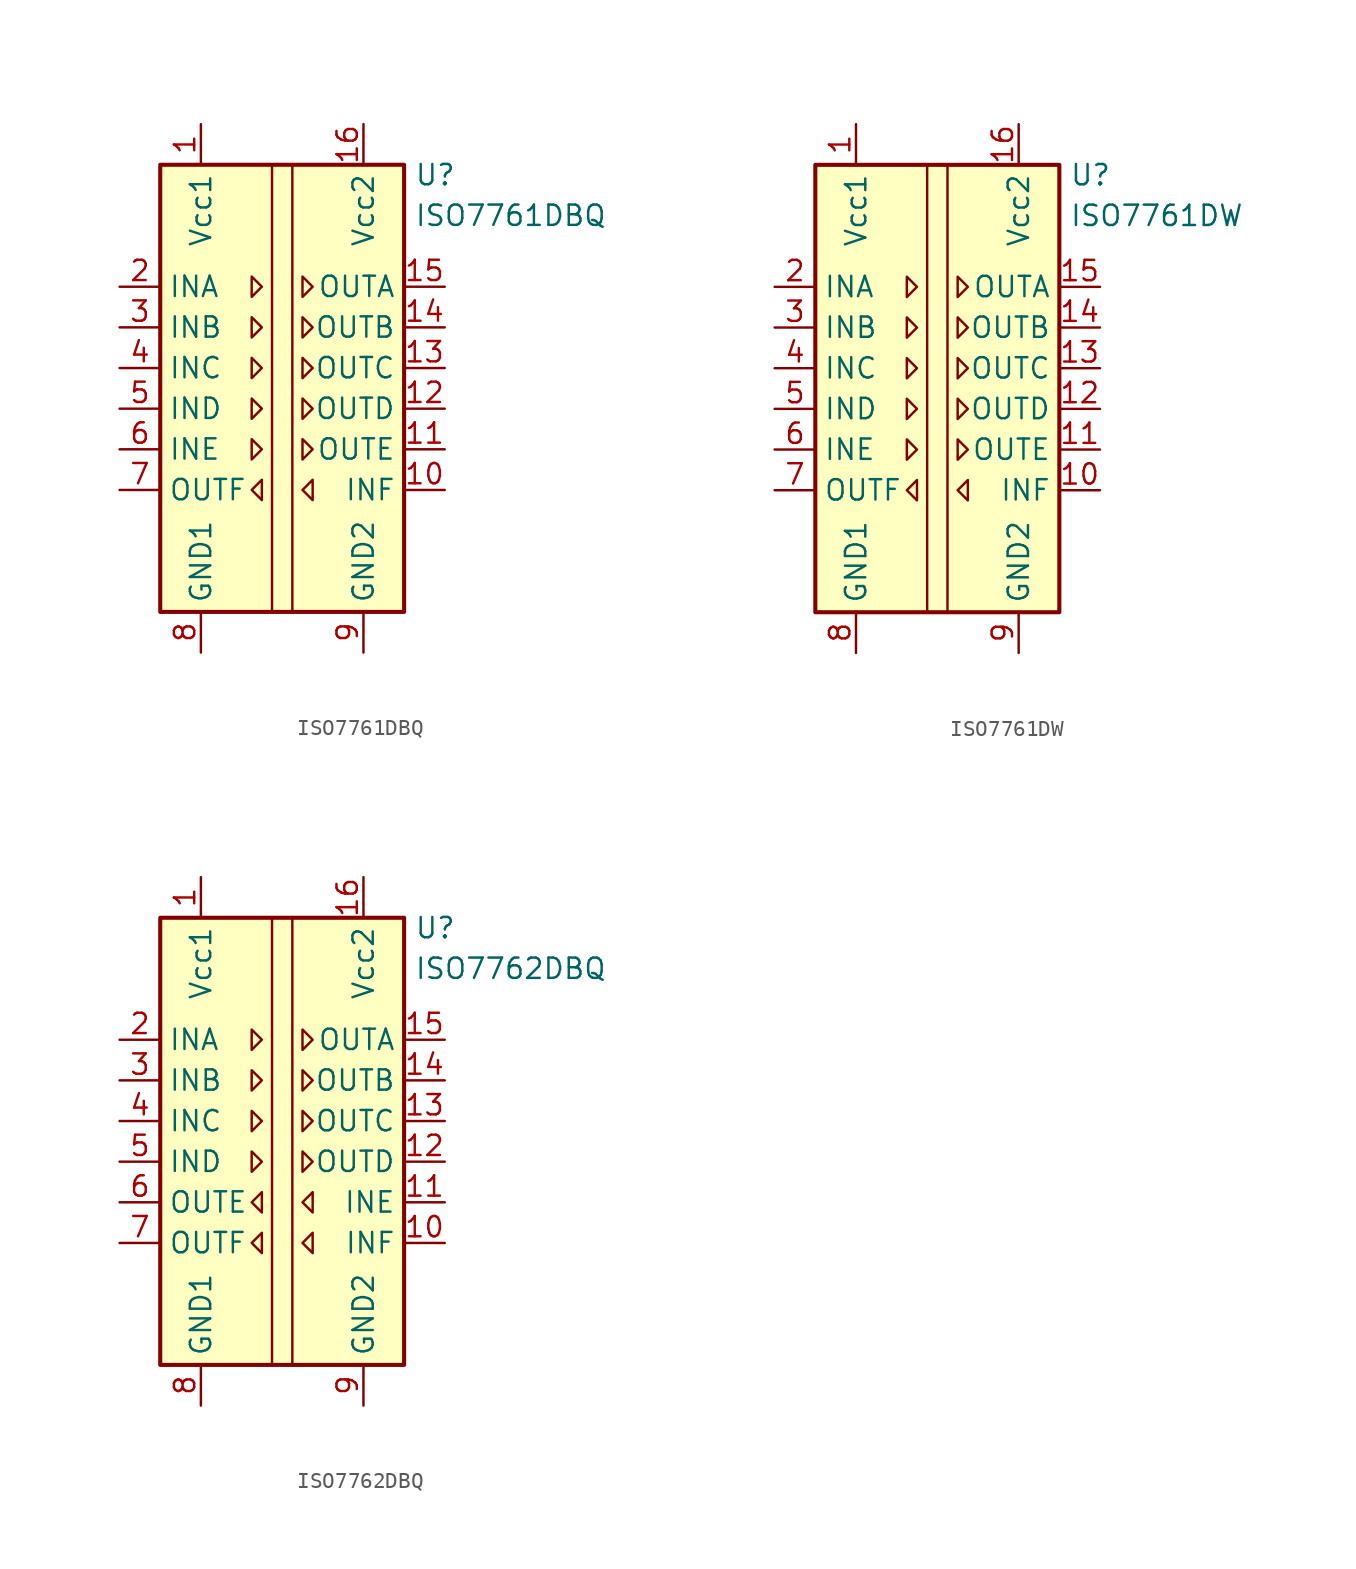
<source format=kicad_sym>
(kicad_symbol_lib
  (version 20201005)
  (generator kicad_symbol_editor)
  (symbol "Isolator_Digital:ISO7761DBQ"
    (property "Reference" "U"
      (at 8.255 14.605 0)
      (effects (font (size 1.27 1.27)) (justify left)))
    (property "Value" "ISO7761DBQ"
      (at 8.255 12.065 0)
      (effects (font (size 1.27 1.27)) (justify left)))
    (symbol "ISO7761DBQ_0_1"
      (rectangle (start -7.62 15.24) (end 7.62 -12.7) (stroke (width 0.254)) (fill (type background)))
      (polyline (pts (xy -0.635 15.24) (xy -0.635 -12.7)) (stroke (width 0)) (fill (type none)))
      (polyline (pts (xy 0.635 15.24) (xy 0.635 -12.7)) (stroke (width 0)) (fill (type none)))
      (polyline (pts (xy -1.905 8.255) (xy -1.27 7.62) (xy -1.905 6.985) (xy -1.905 8.255)) (stroke (width 0)) (fill (type none)))
      (polyline (pts (xy 1.27 8.255) (xy 1.905 7.62) (xy 1.27 6.985) (xy 1.27 8.255)) (stroke (width 0)) (fill (type none))))
    (symbol "ISO7761DBQ_1_1"
      (polyline (pts (xy -1.905 -1.905) (xy -1.27 -2.54) (xy -1.905 -3.175) (xy -1.905 -1.905)) (stroke (width 0)) (fill (type none)))
      (polyline (pts (xy -1.905 0.635) (xy -1.27 0) (xy -1.905 -0.635) (xy -1.905 0.635)) (stroke (width 0)) (fill (type none)))
      (polyline (pts (xy -1.905 3.175) (xy -1.27 2.54) (xy -1.905 1.905) (xy -1.905 3.175)) (stroke (width 0)) (fill (type none)))
      (polyline (pts (xy -1.905 5.715) (xy -1.27 5.08) (xy -1.905 4.445) (xy -1.905 5.715)) (stroke (width 0)) (fill (type none)))
      (polyline (pts (xy -1.27 -4.445) (xy -1.905 -5.08) (xy -1.27 -5.715) (xy -1.27 -4.445)) (stroke (width 0)) (fill (type none)))
      (polyline (pts (xy 1.27 -1.905) (xy 1.905 -2.54) (xy 1.27 -3.175) (xy 1.27 -1.905)) (stroke (width 0)) (fill (type none)))
      (polyline (pts (xy 1.27 0.635) (xy 1.905 0) (xy 1.27 -0.635) (xy 1.27 0.635)) (stroke (width 0)) (fill (type none)))
      (polyline (pts (xy 1.27 3.175) (xy 1.905 2.54) (xy 1.27 1.905) (xy 1.27 3.175)) (stroke (width 0)) (fill (type none)))
      (polyline (pts (xy 1.27 5.715) (xy 1.905 5.08) (xy 1.27 4.445) (xy 1.27 5.715)) (stroke (width 0)) (fill (type none)))
      (polyline (pts (xy 1.905 -4.445) (xy 1.27 -5.08) (xy 1.905 -5.715) (xy 1.905 -4.445)) (stroke (width 0)) (fill (type none)))
      (pin power_in line (at -5.08 17.78 270) (length 2.54) (name "Vcc1" (effects (font (size 1.27 1.27)))) (number "1" (effects (font (size 1.27 1.27)))))
      (pin input line (at 10.16 -5.08 180) (length 2.54) (name "INF" (effects (font (size 1.27 1.27)))) (number "10" (effects (font (size 1.27 1.27)))))
      (pin output line (at 10.16 -2.54 180) (length 2.54) (name "OUTE" (effects (font (size 1.27 1.27)))) (number "11" (effects (font (size 1.27 1.27)))))
      (pin output line (at 10.16 0 180) (length 2.54) (name "OUTD" (effects (font (size 1.27 1.27)))) (number "12" (effects (font (size 1.27 1.27)))))
      (pin output line (at 10.16 2.54 180) (length 2.54) (name "OUTC" (effects (font (size 1.27 1.27)))) (number "13" (effects (font (size 1.27 1.27)))))
      (pin output line (at 10.16 5.08 180) (length 2.54) (name "OUTB" (effects (font (size 1.27 1.27)))) (number "14" (effects (font (size 1.27 1.27)))))
      (pin output line (at 10.16 7.62 180) (length 2.54) (name "OUTA" (effects (font (size 1.27 1.27)))) (number "15" (effects (font (size 1.27 1.27)))))
      (pin power_in line (at 5.08 17.78 270) (length 2.54) (name "Vcc2" (effects (font (size 1.27 1.27)))) (number "16" (effects (font (size 1.27 1.27)))))
      (pin input line (at -10.16 7.62 0) (length 2.54) (name "INA" (effects (font (size 1.27 1.27)))) (number "2" (effects (font (size 1.27 1.27)))))
      (pin input line (at -10.16 5.08 0) (length 2.54) (name "INB" (effects (font (size 1.27 1.27)))) (number "3" (effects (font (size 1.27 1.27)))))
      (pin input line (at -10.16 2.54 0) (length 2.54) (name "INC" (effects (font (size 1.27 1.27)))) (number "4" (effects (font (size 1.27 1.27)))))
      (pin input line (at -10.16 0 0) (length 2.54) (name "IND" (effects (font (size 1.27 1.27)))) (number "5" (effects (font (size 1.27 1.27)))))
      (pin input line (at -10.16 -2.54 0) (length 2.54) (name "INE" (effects (font (size 1.27 1.27)))) (number "6" (effects (font (size 1.27 1.27)))))
      (pin output line (at -10.16 -5.08 0) (length 2.54) (name "OUTF" (effects (font (size 1.27 1.27)))) (number "7" (effects (font (size 1.27 1.27)))))
      (pin power_in line (at -5.08 -15.24 90) (length 2.54) (name "GND1" (effects (font (size 1.27 1.27)))) (number "8" (effects (font (size 1.27 1.27)))))
      (pin power_in line (at 5.08 -15.24 90) (length 2.54) (name "GND2" (effects (font (size 1.27 1.27)))) (number "9" (effects (font (size 1.27 1.27)))))))
  (symbol "Isolator_Digital:ISO7761DW"
    (property "Reference" "U"
      (at 8.255 14.605 0)
      (effects (font (size 1.27 1.27)) (justify left)))
    (property "Value" "ISO7761DW"
      (at 8.255 12.065 0)
      (effects (font (size 1.27 1.27)) (justify left)))
    (symbol "ISO7761DW_0_1"
      (rectangle (start -7.62 15.24) (end 7.62 -12.7) (stroke (width 0.254)) (fill (type background)))
      (polyline (pts (xy -0.635 15.24) (xy -0.635 -12.7)) (stroke (width 0)) (fill (type none)))
      (polyline (pts (xy 0.635 15.24) (xy 0.635 -12.7)) (stroke (width 0)) (fill (type none)))
      (polyline (pts (xy -1.905 8.255) (xy -1.27 7.62) (xy -1.905 6.985) (xy -1.905 8.255)) (stroke (width 0)) (fill (type none)))
      (polyline (pts (xy 1.27 8.255) (xy 1.905 7.62) (xy 1.27 6.985) (xy 1.27 8.255)) (stroke (width 0)) (fill (type none))))
    (symbol "ISO7761DW_1_1"
      (polyline (pts (xy -1.905 -1.905) (xy -1.27 -2.54) (xy -1.905 -3.175) (xy -1.905 -1.905)) (stroke (width 0)) (fill (type none)))
      (polyline (pts (xy -1.905 0.635) (xy -1.27 0) (xy -1.905 -0.635) (xy -1.905 0.635)) (stroke (width 0)) (fill (type none)))
      (polyline (pts (xy -1.905 3.175) (xy -1.27 2.54) (xy -1.905 1.905) (xy -1.905 3.175)) (stroke (width 0)) (fill (type none)))
      (polyline (pts (xy -1.905 5.715) (xy -1.27 5.08) (xy -1.905 4.445) (xy -1.905 5.715)) (stroke (width 0)) (fill (type none)))
      (polyline (pts (xy -1.27 -4.445) (xy -1.905 -5.08) (xy -1.27 -5.715) (xy -1.27 -4.445)) (stroke (width 0)) (fill (type none)))
      (polyline (pts (xy 1.27 -1.905) (xy 1.905 -2.54) (xy 1.27 -3.175) (xy 1.27 -1.905)) (stroke (width 0)) (fill (type none)))
      (polyline (pts (xy 1.27 0.635) (xy 1.905 0) (xy 1.27 -0.635) (xy 1.27 0.635)) (stroke (width 0)) (fill (type none)))
      (polyline (pts (xy 1.27 3.175) (xy 1.905 2.54) (xy 1.27 1.905) (xy 1.27 3.175)) (stroke (width 0)) (fill (type none)))
      (polyline (pts (xy 1.27 5.715) (xy 1.905 5.08) (xy 1.27 4.445) (xy 1.27 5.715)) (stroke (width 0)) (fill (type none)))
      (polyline (pts (xy 1.905 -4.445) (xy 1.27 -5.08) (xy 1.905 -5.715) (xy 1.905 -4.445)) (stroke (width 0)) (fill (type none)))
      (pin power_in line (at -5.08 17.78 270) (length 2.54) (name "Vcc1" (effects (font (size 1.27 1.27)))) (number "1" (effects (font (size 1.27 1.27)))))
      (pin input line (at 10.16 -5.08 180) (length 2.54) (name "INF" (effects (font (size 1.27 1.27)))) (number "10" (effects (font (size 1.27 1.27)))))
      (pin output line (at 10.16 -2.54 180) (length 2.54) (name "OUTE" (effects (font (size 1.27 1.27)))) (number "11" (effects (font (size 1.27 1.27)))))
      (pin output line (at 10.16 0 180) (length 2.54) (name "OUTD" (effects (font (size 1.27 1.27)))) (number "12" (effects (font (size 1.27 1.27)))))
      (pin output line (at 10.16 2.54 180) (length 2.54) (name "OUTC" (effects (font (size 1.27 1.27)))) (number "13" (effects (font (size 1.27 1.27)))))
      (pin output line (at 10.16 5.08 180) (length 2.54) (name "OUTB" (effects (font (size 1.27 1.27)))) (number "14" (effects (font (size 1.27 1.27)))))
      (pin output line (at 10.16 7.62 180) (length 2.54) (name "OUTA" (effects (font (size 1.27 1.27)))) (number "15" (effects (font (size 1.27 1.27)))))
      (pin power_in line (at 5.08 17.78 270) (length 2.54) (name "Vcc2" (effects (font (size 1.27 1.27)))) (number "16" (effects (font (size 1.27 1.27)))))
      (pin input line (at -10.16 7.62 0) (length 2.54) (name "INA" (effects (font (size 1.27 1.27)))) (number "2" (effects (font (size 1.27 1.27)))))
      (pin input line (at -10.16 5.08 0) (length 2.54) (name "INB" (effects (font (size 1.27 1.27)))) (number "3" (effects (font (size 1.27 1.27)))))
      (pin input line (at -10.16 2.54 0) (length 2.54) (name "INC" (effects (font (size 1.27 1.27)))) (number "4" (effects (font (size 1.27 1.27)))))
      (pin input line (at -10.16 0 0) (length 2.54) (name "IND" (effects (font (size 1.27 1.27)))) (number "5" (effects (font (size 1.27 1.27)))))
      (pin input line (at -10.16 -2.54 0) (length 2.54) (name "INE" (effects (font (size 1.27 1.27)))) (number "6" (effects (font (size 1.27 1.27)))))
      (pin output line (at -10.16 -5.08 0) (length 2.54) (name "OUTF" (effects (font (size 1.27 1.27)))) (number "7" (effects (font (size 1.27 1.27)))))
      (pin power_in line (at -5.08 -15.24 90) (length 2.54) (name "GND1" (effects (font (size 1.27 1.27)))) (number "8" (effects (font (size 1.27 1.27)))))
      (pin power_in line (at 5.08 -15.24 90) (length 2.54) (name "GND2" (effects (font (size 1.27 1.27)))) (number "9" (effects (font (size 1.27 1.27)))))))
  (symbol "Isolator_Digital:ISO7762DBQ"
    (property "Reference" "U"
      (at 8.255 14.605 0)
      (effects (font (size 1.27 1.27)) (justify left)))
    (property "Value" "ISO7762DBQ"
      (at 8.255 12.065 0)
      (effects (font (size 1.27 1.27)) (justify left)))
    (symbol "ISO7762DBQ_0_1"
      (rectangle (start -7.62 15.24) (end 7.62 -12.7) (stroke (width 0.254)) (fill (type background)))
      (polyline (pts (xy -0.635 15.24) (xy -0.635 -12.7)) (stroke (width 0)) (fill (type none)))
      (polyline (pts (xy 0.635 15.24) (xy 0.635 -12.7)) (stroke (width 0)) (fill (type none)))
      (polyline (pts (xy -1.905 8.255) (xy -1.27 7.62) (xy -1.905 6.985) (xy -1.905 8.255)) (stroke (width 0)) (fill (type none)))
      (polyline (pts (xy 1.27 8.255) (xy 1.905 7.62) (xy 1.27 6.985) (xy 1.27 8.255)) (stroke (width 0)) (fill (type none))))
    (symbol "ISO7762DBQ_1_1"
      (polyline (pts (xy -1.905 0.635) (xy -1.27 0) (xy -1.905 -0.635) (xy -1.905 0.635)) (stroke (width 0)) (fill (type none)))
      (polyline (pts (xy -1.905 3.175) (xy -1.27 2.54) (xy -1.905 1.905) (xy -1.905 3.175)) (stroke (width 0)) (fill (type none)))
      (polyline (pts (xy -1.905 5.715) (xy -1.27 5.08) (xy -1.905 4.445) (xy -1.905 5.715)) (stroke (width 0)) (fill (type none)))
      (polyline (pts (xy -1.27 -4.445) (xy -1.905 -5.08) (xy -1.27 -5.715) (xy -1.27 -4.445)) (stroke (width 0)) (fill (type none)))
      (polyline (pts (xy -1.27 -1.905) (xy -1.905 -2.54) (xy -1.27 -3.175) (xy -1.27 -1.905)) (stroke (width 0)) (fill (type none)))
      (polyline (pts (xy 1.27 0.635) (xy 1.905 0) (xy 1.27 -0.635) (xy 1.27 0.635)) (stroke (width 0)) (fill (type none)))
      (polyline (pts (xy 1.27 3.175) (xy 1.905 2.54) (xy 1.27 1.905) (xy 1.27 3.175)) (stroke (width 0)) (fill (type none)))
      (polyline (pts (xy 1.27 5.715) (xy 1.905 5.08) (xy 1.27 4.445) (xy 1.27 5.715)) (stroke (width 0)) (fill (type none)))
      (polyline (pts (xy 1.905 -4.445) (xy 1.27 -5.08) (xy 1.905 -5.715) (xy 1.905 -4.445)) (stroke (width 0)) (fill (type none)))
      (polyline (pts (xy 1.905 -1.905) (xy 1.27 -2.54) (xy 1.905 -3.175) (xy 1.905 -1.905)) (stroke (width 0)) (fill (type none)))
      (pin power_in line (at -5.08 17.78 270) (length 2.54) (name "Vcc1" (effects (font (size 1.27 1.27)))) (number "1" (effects (font (size 1.27 1.27)))))
      (pin input line (at 10.16 -5.08 180) (length 2.54) (name "INF" (effects (font (size 1.27 1.27)))) (number "10" (effects (font (size 1.27 1.27)))))
      (pin input line (at 10.16 -2.54 180) (length 2.54) (name "INE" (effects (font (size 1.27 1.27)))) (number "11" (effects (font (size 1.27 1.27)))))
      (pin output line (at 10.16 0 180) (length 2.54) (name "OUTD" (effects (font (size 1.27 1.27)))) (number "12" (effects (font (size 1.27 1.27)))))
      (pin output line (at 10.16 2.54 180) (length 2.54) (name "OUTC" (effects (font (size 1.27 1.27)))) (number "13" (effects (font (size 1.27 1.27)))))
      (pin output line (at 10.16 5.08 180) (length 2.54) (name "OUTB" (effects (font (size 1.27 1.27)))) (number "14" (effects (font (size 1.27 1.27)))))
      (pin output line (at 10.16 7.62 180) (length 2.54) (name "OUTA" (effects (font (size 1.27 1.27)))) (number "15" (effects (font (size 1.27 1.27)))))
      (pin power_in line (at 5.08 17.78 270) (length 2.54) (name "Vcc2" (effects (font (size 1.27 1.27)))) (number "16" (effects (font (size 1.27 1.27)))))
      (pin input line (at -10.16 7.62 0) (length 2.54) (name "INA" (effects (font (size 1.27 1.27)))) (number "2" (effects (font (size 1.27 1.27)))))
      (pin input line (at -10.16 5.08 0) (length 2.54) (name "INB" (effects (font (size 1.27 1.27)))) (number "3" (effects (font (size 1.27 1.27)))))
      (pin input line (at -10.16 2.54 0) (length 2.54) (name "INC" (effects (font (size 1.27 1.27)))) (number "4" (effects (font (size 1.27 1.27)))))
      (pin input line (at -10.16 0 0) (length 2.54) (name "IND" (effects (font (size 1.27 1.27)))) (number "5" (effects (font (size 1.27 1.27)))))
      (pin output line (at -10.16 -2.54 0) (length 2.54) (name "OUTE" (effects (font (size 1.27 1.27)))) (number "6" (effects (font (size 1.27 1.27)))))
      (pin output line (at -10.16 -5.08 0) (length 2.54) (name "OUTF" (effects (font (size 1.27 1.27)))) (number "7" (effects (font (size 1.27 1.27)))))
      (pin power_in line (at -5.08 -15.24 90) (length 2.54) (name "GND1" (effects (font (size 1.27 1.27)))) (number "8" (effects (font (size 1.27 1.27)))))
      (pin power_in line (at 5.08 -15.24 90) (length 2.54) (name "GND2" (effects (font (size 1.27 1.27)))) (number "9" (effects (font (size 1.27 1.27))))))))
</source>
